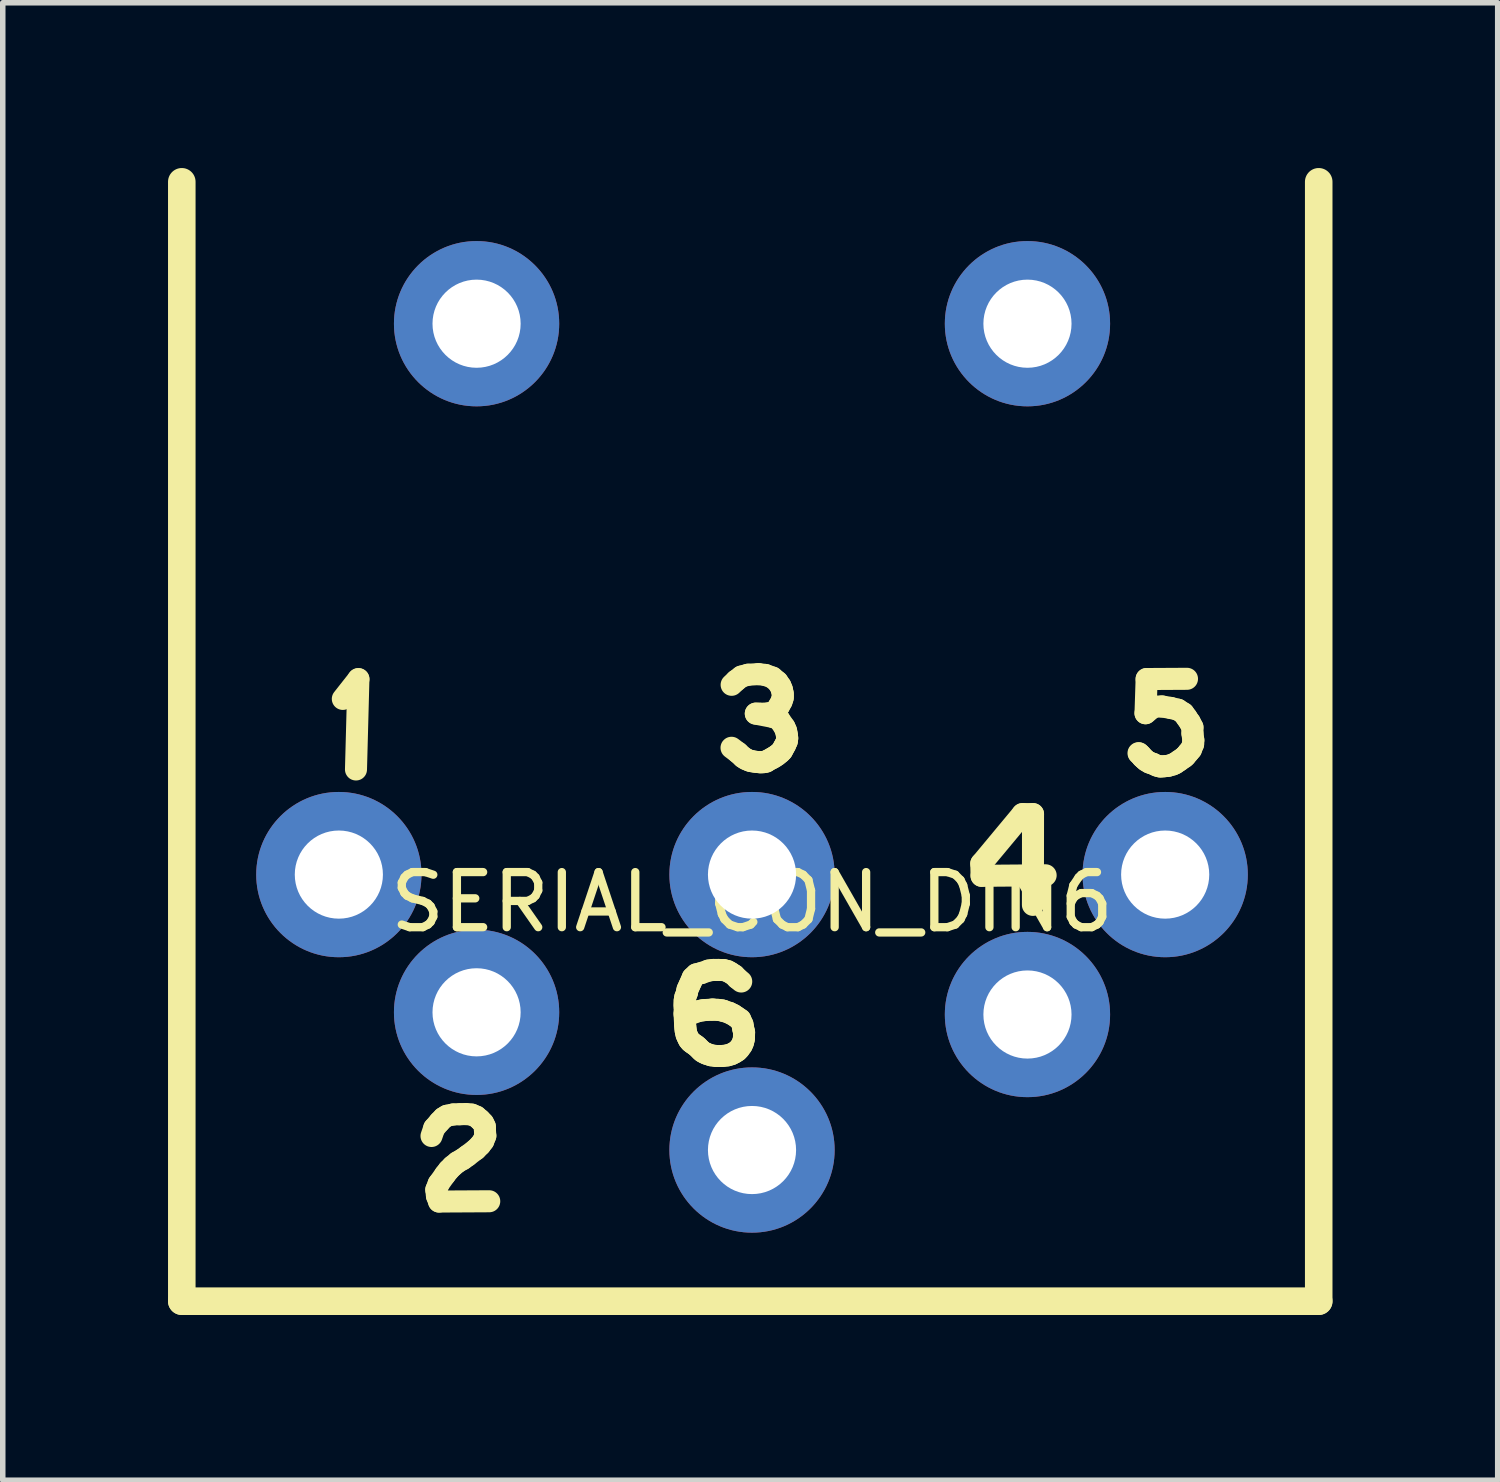
<source format=kicad_pcb>
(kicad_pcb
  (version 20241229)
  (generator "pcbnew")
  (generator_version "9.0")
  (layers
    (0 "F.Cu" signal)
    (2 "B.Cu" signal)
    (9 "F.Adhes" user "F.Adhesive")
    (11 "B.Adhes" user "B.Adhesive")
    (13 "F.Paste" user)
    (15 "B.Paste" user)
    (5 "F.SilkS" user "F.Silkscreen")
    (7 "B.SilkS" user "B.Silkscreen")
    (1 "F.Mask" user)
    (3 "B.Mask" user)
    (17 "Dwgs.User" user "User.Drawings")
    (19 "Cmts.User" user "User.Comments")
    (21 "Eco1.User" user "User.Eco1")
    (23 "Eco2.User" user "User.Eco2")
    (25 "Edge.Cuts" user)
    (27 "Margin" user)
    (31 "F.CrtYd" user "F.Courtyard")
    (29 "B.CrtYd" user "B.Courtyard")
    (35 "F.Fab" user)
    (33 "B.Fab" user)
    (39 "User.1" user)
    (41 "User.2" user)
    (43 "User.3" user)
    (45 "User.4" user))
  (footprint "SERIAL_CON_DIN6"
    (layer "F.Cu")
    (at 10.601 12.826)
    (property "Reference" "SERIAL_CON_DIN6" (at 0 0.5 0) (layer "F.SilkS") (effects (font (size 1 1) (thickness 0.15))))
    (attr through_hole)
    (fp_line (start -10.351 -12.576) (end -10.351 7.744) (stroke (width 0.5) (type solid)) (layer "F.SilkS"))
    (fp_line (start -10.351 7.744) (end 10.287 7.744) (stroke (width 0.5) (type solid)) (layer "F.SilkS"))
    (fp_line (start -7.428 -3.189) (end -7.145 -3.548) (stroke (width 0.4) (type solid)) (layer "F.SilkS"))
    (fp_line (start -7.145 -3.548) (end -7.189 -1.908) (stroke (width 0.4) (type solid)) (layer "F.SilkS"))
    (fp_line (start -5.818 4.745) (end -5.769 4.602) (stroke (width 0.4) (type solid)) (layer "F.SilkS"))
    (fp_line (start -5.769 4.602) (end -5.672 4.489) (stroke (width 0.4) (type solid)) (layer "F.SilkS"))
    (fp_line (start -5.731 5.721) (end -5.719 5.833) (stroke (width 0.4) (type solid)) (layer "F.SilkS"))
    (fp_line (start -5.719 5.833) (end -5.681 5.935) (stroke (width 0.4) (type solid)) (layer "F.SilkS"))
    (fp_line (start -5.689 5.612) (end -5.731 5.721) (stroke (width 0.4) (type solid)) (layer "F.SilkS"))
    (fp_line (start -5.681 5.935) (end -4.77 5.93) (stroke (width 0.4) (type solid)) (layer "F.SilkS"))
    (fp_line (start -5.672 4.489) (end -5.601 4.416) (stroke (width 0.4) (type solid)) (layer "F.SilkS"))
    (fp_line (start -5.601 4.416) (end -5.538 4.378) (stroke (width 0.4) (type solid)) (layer "F.SilkS"))
    (fp_line (start -5.571 5.447) (end -5.689 5.612) (stroke (width 0.4) (type solid)) (layer "F.SilkS"))
    (fp_line (start -5.538 4.378) (end -5.423 4.354) (stroke (width 0.4) (type solid)) (layer "F.SilkS"))
    (fp_line (start -5.507 5.365) (end -5.571 5.447) (stroke (width 0.4) (type solid)) (layer "F.SilkS"))
    (fp_line (start -5.437 5.294) (end -5.507 5.365) (stroke (width 0.4) (type solid)) (layer "F.SilkS"))
    (fp_line (start -5.423 4.354) (end -5.307 4.35) (stroke (width 0.4) (type solid)) (layer "F.SilkS"))
    (fp_line (start -5.347 5.221) (end -5.437 5.294) (stroke (width 0.4) (type solid)) (layer "F.SilkS"))
    (fp_line (start -5.307 4.35) (end -5.192 4.347) (stroke (width 0.4) (type solid)) (layer "F.SilkS"))
    (fp_line (start -5.25 5.165) (end -5.347 5.221) (stroke (width 0.4) (type solid)) (layer "F.SilkS"))
    (fp_line (start -5.192 4.347) (end -5.088 4.357) (stroke (width 0.4) (type solid)) (layer "F.SilkS"))
    (fp_line (start -5.168 5.106) (end -5.25 5.165) (stroke (width 0.4) (type solid)) (layer "F.SilkS"))
    (fp_line (start -5.088 4.357) (end -5.006 4.392) (stroke (width 0.4) (type solid)) (layer "F.SilkS"))
    (fp_line (start -5.013 4.988) (end -5.168 5.106) (stroke (width 0.4) (type solid)) (layer "F.SilkS"))
    (fp_line (start -5.006 4.392) (end -4.937 4.451) (stroke (width 0.4) (type solid)) (layer "F.SilkS"))
    (fp_line (start -4.937 4.451) (end -4.881 4.51) (stroke (width 0.4) (type solid)) (layer "F.SilkS"))
    (fp_line (start -4.935 4.91) (end -5.013 4.988) (stroke (width 0.4) (type solid)) (layer "F.SilkS"))
    (fp_line (start -4.881 4.51) (end -4.85 4.573) (stroke (width 0.4) (type solid)) (layer "F.SilkS"))
    (fp_line (start -4.878 4.835) (end -4.935 4.91) (stroke (width 0.4) (type solid)) (layer "F.SilkS"))
    (fp_line (start -4.85 4.573) (end -4.848 4.646) (stroke (width 0.4) (type solid)) (layer "F.SilkS"))
    (fp_line (start -4.848 4.646) (end -4.841 4.741) (stroke (width 0.4) (type solid)) (layer "F.SilkS"))
    (fp_line (start -4.841 4.741) (end -4.878 4.835) (stroke (width 0.4) (type solid)) (layer "F.SilkS"))
    (fp_line (start -1.224 2.356) (end -1.222 2.407) (stroke (width 0.4) (type solid)) (layer "F.SilkS"))
    (fp_line (start -1.224 2.537) (end -1.216 2.693) (stroke (width 0.4) (type solid)) (layer "F.SilkS"))
    (fp_line (start -1.222 2.287) (end -1.224 2.356) (stroke (width 0.4) (type solid)) (layer "F.SilkS"))
    (fp_line (start -1.222 2.407) (end -1.222 2.499) (stroke (width 0.4) (type solid)) (layer "F.SilkS"))
    (fp_line (start -1.222 2.499) (end -1.224 2.537) (stroke (width 0.4) (type solid)) (layer "F.SilkS"))
    (fp_line (start -1.216 2.693) (end -1.211 2.765) (stroke (width 0.4) (type solid)) (layer "F.SilkS"))
    (fp_line (start -1.211 2.224) (end -1.222 2.287) (stroke (width 0.4) (type solid)) (layer "F.SilkS"))
    (fp_line (start -1.211 2.765) (end -1.204 2.833) (stroke (width 0.4) (type solid)) (layer "F.SilkS"))
    (fp_line (start -1.204 2.833) (end -1.189 2.901) (stroke (width 0.4) (type solid)) (layer "F.SilkS"))
    (fp_line (start -1.189 2.901) (end -1.171 2.943) (stroke (width 0.4) (type solid)) (layer "F.SilkS"))
    (fp_line (start -1.18 2.139) (end -1.211 2.224) (stroke (width 0.4) (type solid)) (layer "F.SilkS"))
    (fp_line (start -1.171 2.086) (end -1.18 2.139) (stroke (width 0.4) (type solid)) (layer "F.SilkS"))
    (fp_line (start -1.171 2.943) (end -1.145 2.997) (stroke (width 0.4) (type solid)) (layer "F.SilkS"))
    (fp_line (start -1.145 2.997) (end -1.113 3.035) (stroke (width 0.4) (type solid)) (layer "F.SilkS"))
    (fp_line (start -1.137 2.01) (end -1.171 2.086) (stroke (width 0.4) (type solid)) (layer "F.SilkS"))
    (fp_line (start -1.113 3.035) (end -1.075 3.064) (stroke (width 0.4) (type solid)) (layer "F.SilkS"))
    (fp_line (start -1.106 1.943) (end -1.137 2.01) (stroke (width 0.4) (type solid)) (layer "F.SilkS"))
    (fp_line (start -1.077 1.872) (end -1.106 1.943) (stroke (width 0.4) (type solid)) (layer "F.SilkS"))
    (fp_line (start -1.075 3.064) (end -1.02 3.102) (stroke (width 0.4) (type solid)) (layer "F.SilkS"))
    (fp_line (start -1.02 3.102) (end -0.983 3.133) (stroke (width 0.4) (type solid)) (layer "F.SilkS"))
    (fp_line (start -1.012 1.811) (end -1.077 1.872) (stroke (width 0.4) (type solid)) (layer "F.SilkS"))
    (fp_line (start -1.002 2.485) (end -1.091 2.521) (stroke (width 0.4) (type solid)) (layer "F.SilkS"))
    (fp_line (start -0.983 3.133) (end -0.935 3.182) (stroke (width 0.4) (type solid)) (layer "F.SilkS"))
    (fp_line (start -0.935 3.182) (end -0.901 3.213) (stroke (width 0.4) (type solid)) (layer "F.SilkS"))
    (fp_line (start -0.924 1.789) (end -1.012 1.811) (stroke (width 0.4) (type solid)) (layer "F.SilkS"))
    (fp_line (start -0.901 3.213) (end -0.861 3.236) (stroke (width 0.4) (type solid)) (layer "F.SilkS"))
    (fp_line (start -0.895 2.463) (end -1.002 2.485) (stroke (width 0.4) (type solid)) (layer "F.SilkS"))
    (fp_line (start -0.861 3.236) (end -0.816 3.256) (stroke (width 0.4) (type solid)) (layer "F.SilkS"))
    (fp_line (start -0.838 2.458) (end -0.895 2.463) (stroke (width 0.4) (type solid)) (layer "F.SilkS"))
    (fp_line (start -0.816 3.256) (end -0.743 3.28) (stroke (width 0.4) (type solid)) (layer "F.SilkS"))
    (fp_line (start -0.789 1.742) (end -0.924 1.789) (stroke (width 0.4) (type solid)) (layer "F.SilkS"))
    (fp_line (start -0.743 3.28) (end -0.649 3.293) (stroke (width 0.4) (type solid)) (layer "F.SilkS"))
    (fp_line (start -0.738 2.452) (end -0.838 2.458) (stroke (width 0.4) (type solid)) (layer "F.SilkS"))
    (fp_line (start -0.705 2.45) (end -0.738 2.452) (stroke (width 0.4) (type solid)) (layer "F.SilkS"))
    (fp_line (start -0.704 1.731) (end -0.789 1.742) (stroke (width 0.4) (type solid)) (layer "F.SilkS"))
    (fp_line (start -0.649 3.293) (end -0.54 3.293) (stroke (width 0.4) (type solid)) (layer "F.SilkS"))
    (fp_line (start -0.618 2.456) (end -0.705 2.45) (stroke (width 0.4) (type solid)) (layer "F.SilkS"))
    (fp_line (start -0.611 1.731) (end -0.704 1.731) (stroke (width 0.4) (type solid)) (layer "F.SilkS"))
    (fp_line (start -0.546 2.466) (end -0.618 2.456) (stroke (width 0.4) (type solid)) (layer "F.SilkS"))
    (fp_line (start -0.54 3.293) (end -0.448 3.282) (stroke (width 0.4) (type solid)) (layer "F.SilkS"))
    (fp_line (start -0.52 2.472) (end -0.546 2.466) (stroke (width 0.4) (type solid)) (layer "F.SilkS"))
    (fp_line (start -0.515 1.733) (end -0.611 1.731) (stroke (width 0.4) (type solid)) (layer "F.SilkS"))
    (fp_line (start -0.448 3.282) (end -0.378 3.262) (stroke (width 0.4) (type solid)) (layer "F.SilkS"))
    (fp_line (start -0.446 1.751) (end -0.515 1.733) (stroke (width 0.4) (type solid)) (layer "F.SilkS"))
    (fp_line (start -0.41 2.51) (end -0.52 2.472) (stroke (width 0.4) (type solid)) (layer "F.SilkS"))
    (fp_line (start -0.39 1.782) (end -0.446 1.751) (stroke (width 0.4) (type solid)) (layer "F.SilkS"))
    (fp_line (start -0.378 3.262) (end -0.321 3.233) (stroke (width 0.4) (type solid)) (layer "F.SilkS"))
    (fp_line (start -0.37 -3.445) (end -0.287 -3.523) (stroke (width 0.4) (type solid)) (layer "F.SilkS"))
    (fp_line (start -0.338 2.546) (end -0.41 2.51) (stroke (width 0.4) (type solid)) (layer "F.SilkS"))
    (fp_line (start -0.321 1.827) (end -0.39 1.782) (stroke (width 0.4) (type solid)) (layer "F.SilkS"))
    (fp_line (start -0.321 3.233) (end -0.269 3.2) (stroke (width 0.4) (type solid)) (layer "F.SilkS"))
    (fp_line (start -0.287 -3.523) (end -0.192 -3.595) (stroke (width 0.4) (type solid)) (layer "F.SilkS"))
    (fp_line (start -0.276 2.588) (end -0.338 2.546) (stroke (width 0.4) (type solid)) (layer "F.SilkS"))
    (fp_line (start -0.269 1.881) (end -0.321 1.827) (stroke (width 0.4) (type solid)) (layer "F.SilkS"))
    (fp_line (start -0.269 3.2) (end -0.231 3.16) (stroke (width 0.4) (type solid)) (layer "F.SilkS"))
    (fp_line (start -0.254 -2.213) (end -0.372 -2.302) (stroke (width 0.4) (type solid)) (layer "F.SilkS"))
    (fp_line (start -0.231 3.16) (end -0.187 3.099) (stroke (width 0.4) (type solid)) (layer "F.SilkS"))
    (fp_line (start -0.213 2.631) (end -0.276 2.588) (stroke (width 0.4) (type solid)) (layer "F.SilkS"))
    (fp_line (start -0.196 1.941) (end -0.269 1.881) (stroke (width 0.4) (type solid)) (layer "F.SilkS"))
    (fp_line (start -0.192 -3.595) (end -0.073 -3.628) (stroke (width 0.4) (type solid)) (layer "F.SilkS"))
    (fp_line (start -0.187 3.099) (end -0.162 3.041) (stroke (width 0.4) (type solid)) (layer "F.SilkS"))
    (fp_line (start -0.173 2.72) (end -0.213 2.631) (stroke (width 0.4) (type solid)) (layer "F.SilkS"))
    (fp_line (start -0.163 -2.13) (end -0.254 -2.213) (stroke (width 0.4) (type solid)) (layer "F.SilkS"))
    (fp_line (start -0.162 3.041) (end -0.147 2.977) (stroke (width 0.4) (type solid)) (layer "F.SilkS"))
    (fp_line (start -0.16 2.796) (end -0.173 2.72) (stroke (width 0.4) (type solid)) (layer "F.SilkS"))
    (fp_line (start -0.147 2.977) (end -0.144 2.863) (stroke (width 0.4) (type solid)) (layer "F.SilkS"))
    (fp_line (start -0.144 2.863) (end -0.16 2.796) (stroke (width 0.4) (type solid)) (layer "F.SilkS"))
    (fp_line (start -0.111 -2.097) (end -0.163 -2.13) (stroke (width 0.4) (type solid)) (layer "F.SilkS"))
    (fp_line (start -0.073 -3.628) (end 0.117 -3.639) (stroke (width 0.4) (type solid)) (layer "F.SilkS"))
    (fp_line (start -0.049 -2.07) (end -0.111 -2.097) (stroke (width 0.4) (type solid)) (layer "F.SilkS"))
    (fp_line (start -0.008 -2.059) (end -0.049 -2.07) (stroke (width 0.4) (type solid)) (layer "F.SilkS"))
    (fp_line (start 0.059 -2.048) (end -0.008 -2.059) (stroke (width 0.4) (type solid)) (layer "F.SilkS"))
    (fp_line (start 0.069 -2.922) (end 0.387 -2.86) (stroke (width 0.4) (type solid)) (layer "F.SilkS"))
    (fp_line (start 0.117 -3.639) (end 0.242 -3.624) (stroke (width 0.4) (type solid)) (layer "F.SilkS"))
    (fp_line (start 0.128 -2.041) (end 0.059 -2.048) (stroke (width 0.4) (type solid)) (layer "F.SilkS"))
    (fp_line (start 0.132 -2.92) (end 0.069 -2.922) (stroke (width 0.4) (type solid)) (layer "F.SilkS"))
    (fp_line (start 0.161 -2.039) (end 0.128 -2.041) (stroke (width 0.4) (type solid)) (layer "F.SilkS"))
    (fp_line (start 0.208 -2.041) (end 0.161 -2.039) (stroke (width 0.4) (type solid)) (layer "F.SilkS"))
    (fp_line (start 0.242 -3.624) (end 0.371 -3.577) (stroke (width 0.4) (type solid)) (layer "F.SilkS"))
    (fp_line (start 0.255 -2.05) (end 0.208 -2.041) (stroke (width 0.4) (type solid)) (layer "F.SilkS"))
    (fp_line (start 0.282 -2.923) (end 0.132 -2.92) (stroke (width 0.4) (type solid)) (layer "F.SilkS"))
    (fp_line (start 0.286 -2.07) (end 0.255 -2.05) (stroke (width 0.4) (type solid)) (layer "F.SilkS"))
    (fp_line (start 0.358 -2.108) (end 0.286 -2.07) (stroke (width 0.4) (type solid)) (layer "F.SilkS"))
    (fp_line (start 0.371 -3.577) (end 0.462 -3.501) (stroke (width 0.4) (type solid)) (layer "F.SilkS"))
    (fp_line (start 0.384 -2.947) (end 0.282 -2.923) (stroke (width 0.4) (type solid)) (layer "F.SilkS"))
    (fp_line (start 0.387 -2.86) (end 0.489 -2.822) (stroke (width 0.4) (type solid)) (layer "F.SilkS"))
    (fp_line (start 0.405 -2.135) (end 0.358 -2.108) (stroke (width 0.4) (type solid)) (layer "F.SilkS"))
    (fp_line (start 0.44 -2.981) (end 0.384 -2.947) (stroke (width 0.4) (type solid)) (layer "F.SilkS"))
    (fp_line (start 0.454 -2.168) (end 0.405 -2.135) (stroke (width 0.4) (type solid)) (layer "F.SilkS"))
    (fp_line (start 0.462 -3.501) (end 0.516 -3.423) (stroke (width 0.4) (type solid)) (layer "F.SilkS"))
    (fp_line (start 0.489 -3.058) (end 0.44 -2.981) (stroke (width 0.4) (type solid)) (layer "F.SilkS"))
    (fp_line (start 0.489 -2.822) (end 0.59 -2.675) (stroke (width 0.4) (type solid)) (layer "F.SilkS"))
    (fp_line (start 0.51 -2.213) (end 0.454 -2.168) (stroke (width 0.4) (type solid)) (layer "F.SilkS"))
    (fp_line (start 0.516 -3.423) (end 0.543 -3.356) (stroke (width 0.4) (type solid)) (layer "F.SilkS"))
    (fp_line (start 0.536 -3.144) (end 0.489 -3.058) (stroke (width 0.4) (type solid)) (layer "F.SilkS"))
    (fp_line (start 0.543 -3.356) (end 0.558 -3.284) (stroke (width 0.4) (type solid)) (layer "F.SilkS"))
    (fp_line (start 0.545 -2.249) (end 0.51 -2.213) (stroke (width 0.4) (type solid)) (layer "F.SilkS"))
    (fp_line (start 0.558 -3.284) (end 0.558 -3.212) (stroke (width 0.4) (type solid)) (layer "F.SilkS"))
    (fp_line (start 0.558 -3.212) (end 0.536 -3.144) (stroke (width 0.4) (type solid)) (layer "F.SilkS"))
    (fp_line (start 0.576 -2.308) (end 0.545 -2.249) (stroke (width 0.4) (type solid)) (layer "F.SilkS"))
    (fp_line (start 0.59 -2.675) (end 0.619 -2.608) (stroke (width 0.4) (type solid)) (layer "F.SilkS"))
    (fp_line (start 0.603 -2.356) (end 0.576 -2.308) (stroke (width 0.4) (type solid)) (layer "F.SilkS"))
    (fp_line (start 0.619 -2.608) (end 0.632 -2.538) (stroke (width 0.4) (type solid)) (layer "F.SilkS"))
    (fp_line (start 0.632 -2.538) (end 0.639 -2.476) (stroke (width 0.4) (type solid)) (layer "F.SilkS"))
    (fp_line (start 0.632 -2.422) (end 0.603 -2.356) (stroke (width 0.4) (type solid)) (layer "F.SilkS"))
    (fp_line (start 0.639 -2.476) (end 0.632 -2.422) (stroke (width 0.4) (type solid)) (layer "F.SilkS"))
    (fp_line (start 4.162 -0.199) (end 4.91 -1.098) (stroke (width 0.4) (type solid)) (layer "F.SilkS"))
    (fp_line (start 4.167 0.022) (end 4.162 -0.199) (stroke (width 0.4) (type solid)) (layer "F.SilkS"))
    (fp_line (start 4.91 -1.098) (end 5.101 -1.098) (stroke (width 0.4) (type solid)) (layer "F.SilkS"))
    (fp_line (start 5.101 -1.098) (end 5.099 0.55) (stroke (width 0.4) (type solid)) (layer "F.SilkS"))
    (fp_line (start 5.33 0.013) (end 4.167 0.022) (stroke (width 0.4) (type solid)) (layer "F.SilkS"))
    (fp_line (start 7.024 -2.2) (end 7.016 -2.204) (stroke (width 0.4) (type solid)) (layer "F.SilkS"))
    (fp_line (start 7.06 -2.165) (end 7.024 -2.2) (stroke (width 0.4) (type solid)) (layer "F.SilkS"))
    (fp_line (start 7.084 -2.133) (end 7.06 -2.165) (stroke (width 0.4) (type solid)) (layer "F.SilkS"))
    (fp_line (start 7.115 -2.105) (end 7.084 -2.133) (stroke (width 0.4) (type solid)) (layer "F.SilkS"))
    (fp_line (start 7.143 -2.929) (end 7.291 -3.048) (stroke (width 0.4) (type solid)) (layer "F.SilkS"))
    (fp_line (start 7.155 -2.069) (end 7.115 -2.105) (stroke (width 0.4) (type solid)) (layer "F.SilkS"))
    (fp_line (start 7.163 -3.55) (end 7.143 -2.929) (stroke (width 0.4) (type solid)) (layer "F.SilkS"))
    (fp_line (start 7.215 -2.033) (end 7.155 -2.069) (stroke (width 0.4) (type solid)) (layer "F.SilkS"))
    (fp_line (start 7.275 -2.013) (end 7.215 -2.033) (stroke (width 0.4) (type solid)) (layer "F.SilkS"))
    (fp_line (start 7.291 -3.048) (end 7.442 -3.052) (stroke (width 0.4) (type solid)) (layer "F.SilkS"))
    (fp_line (start 7.35 -1.978) (end 7.275 -2.013) (stroke (width 0.4) (type solid)) (layer "F.SilkS"))
    (fp_line (start 7.41 -1.962) (end 7.35 -1.978) (stroke (width 0.4) (type solid)) (layer "F.SilkS"))
    (fp_line (start 7.442 -3.052) (end 7.601 -3.025) (stroke (width 0.4) (type solid)) (layer "F.SilkS"))
    (fp_line (start 7.474 -1.966) (end 7.41 -1.962) (stroke (width 0.4) (type solid)) (layer "F.SilkS"))
    (fp_line (start 7.553 -1.974) (end 7.474 -1.966) (stroke (width 0.4) (type solid)) (layer "F.SilkS"))
    (fp_line (start 7.601 -3.025) (end 7.732 -2.993) (stroke (width 0.4) (type solid)) (layer "F.SilkS"))
    (fp_line (start 7.637 -1.998) (end 7.553 -1.974) (stroke (width 0.4) (type solid)) (layer "F.SilkS"))
    (fp_line (start 7.685 -2.021) (end 7.637 -1.998) (stroke (width 0.4) (type solid)) (layer "F.SilkS"))
    (fp_line (start 7.732 -2.993) (end 7.832 -2.929) (stroke (width 0.4) (type solid)) (layer "F.SilkS"))
    (fp_line (start 7.756 -2.069) (end 7.685 -2.021) (stroke (width 0.4) (type solid)) (layer "F.SilkS"))
    (fp_line (start 7.832 -2.929) (end 7.888 -2.853) (stroke (width 0.4) (type solid)) (layer "F.SilkS"))
    (fp_line (start 7.836 -2.125) (end 7.756 -2.069) (stroke (width 0.4) (type solid)) (layer "F.SilkS"))
    (fp_line (start 7.868 -2.153) (end 7.836 -2.125) (stroke (width 0.4) (type solid)) (layer "F.SilkS"))
    (fp_line (start 7.888 -2.853) (end 7.947 -2.766) (stroke (width 0.4) (type solid)) (layer "F.SilkS"))
    (fp_line (start 7.896 -3.554) (end 7.163 -3.55) (stroke (width 0.4) (type solid)) (layer "F.SilkS"))
    (fp_line (start 7.92 -2.216) (end 7.868 -2.153) (stroke (width 0.4) (type solid)) (layer "F.SilkS"))
    (fp_line (start 7.947 -2.766) (end 7.995 -2.674) (stroke (width 0.4) (type solid)) (layer "F.SilkS"))
    (fp_line (start 7.968 -2.272) (end 7.92 -2.216) (stroke (width 0.4) (type solid)) (layer "F.SilkS"))
    (fp_line (start 7.995 -2.674) (end 7.995 -2.563) (stroke (width 0.4) (type solid)) (layer "F.SilkS"))
    (fp_line (start 7.995 -2.563) (end 8.011 -2.439) (stroke (width 0.4) (type solid)) (layer "F.SilkS"))
    (fp_line (start 8.007 -2.368) (end 7.968 -2.272) (stroke (width 0.4) (type solid)) (layer "F.SilkS"))
    (fp_line (start 8.011 -2.439) (end 8.007 -2.368) (stroke (width 0.4) (type solid)) (layer "F.SilkS"))
    (fp_line (start 10.287 7.744) (end 10.287 -12.576) (stroke (width 0.5) (type solid)) (layer "F.SilkS"))
    (pad "1" thru_hole circle (at -7.5 0) (size 3 3) (drill 1.6) (layers "*.Cu" "*.Mask"))
    (pad "2" thru_hole circle (at -5 -10) (size 3 3) (drill 1.6) (layers "*.Cu" "*.Mask"))
    (pad "2" thru_hole circle (at -5 2.5) (size 3 3) (drill 1.6) (layers "*.Cu" "*.Mask"))
    (pad "2" thru_hole circle (at 5 -10) (size 3 3) (drill 1.6) (layers "*.Cu" "*.Mask"))
    (pad "3" thru_hole circle (at 0 0) (size 3 3) (drill 1.6) (layers "*.Cu" "*.Mask"))
    (pad "4" thru_hole circle (at 5 2.54) (size 3 3) (drill 1.6) (layers "*.Cu" "*.Mask"))
    (pad "5" thru_hole circle (at 7.5 0) (size 3 3) (drill 1.6) (layers "*.Cu" "*.Mask"))
    (pad "6" thru_hole circle (at 0 5) (size 3 3) (drill 1.6) (layers "*.Cu" "*.Mask")))
  (gr_rect
    (start -3 -3)
    (end 24.137 23.82)
    (stroke (width 0.1) (type default))
    (fill no)
    (layer "Edge.Cuts")))
</source>
